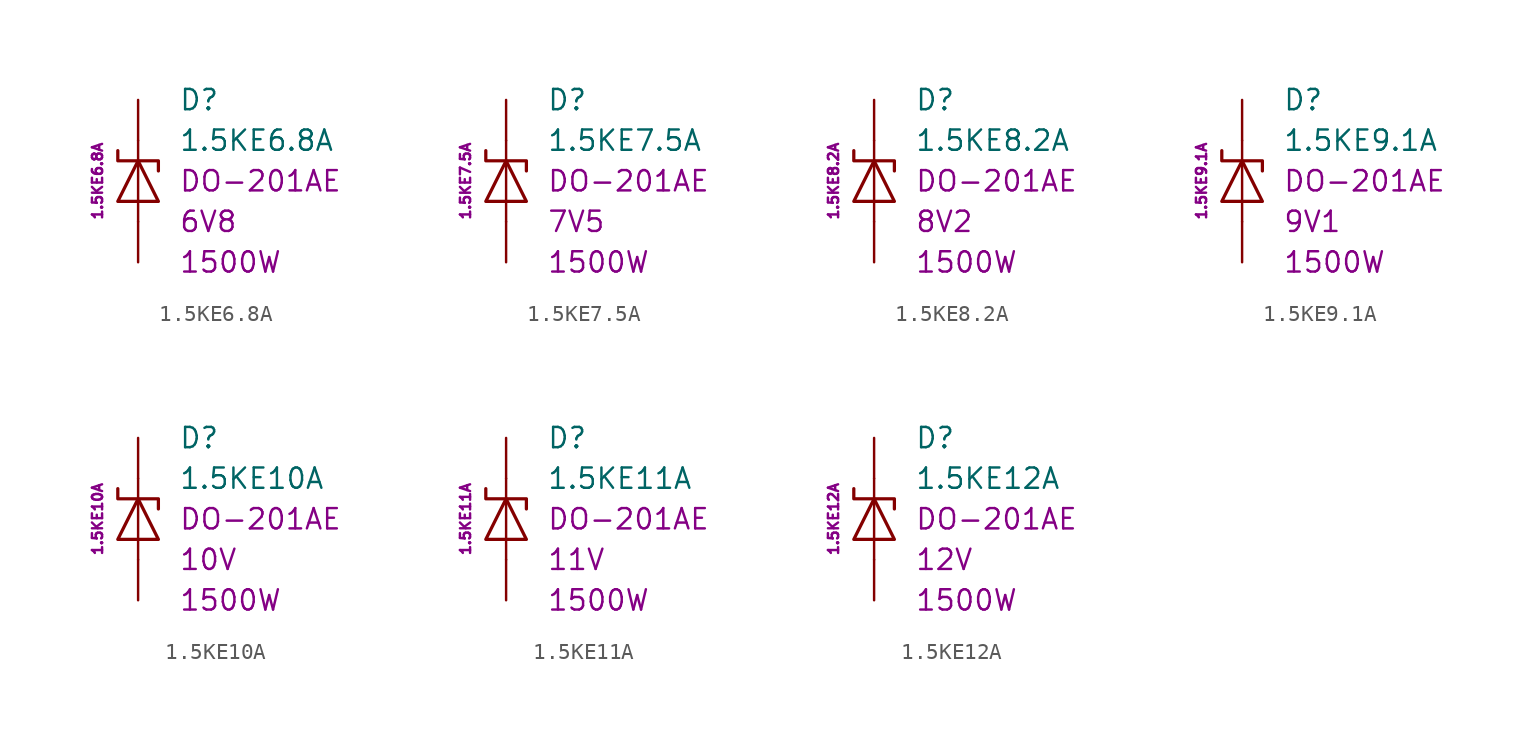
<source format=kicad_sym>
(kicad_symbol_lib
  (version 20201005)
  (generator kicad_symbol_editor)
  (symbol "1.5KE6.8A"
    (pin_numbers hide)
    (pin_names
      (offset 1.016) hide)
    (property "Reference" "D"
      (at 2.54 5.08 0)
      (effects (font (size 1.27 1.27)) (justify left)))
    (property "Value" "1.5KE6.8A"
      (at 2.54 2.54 0)
      (effects (font (size 1.27 1.27)) (justify left)))
    (property "Package" "DO-201AE"
      (at 2.54 0 0)
      (effects (font (size 1.27 1.27)) (justify left)))
    (property "Voltage" "6V8"
      (at 2.54 -2.54 0)
      (effects (font (size 1.27 1.27)) (justify left)))
    (property "PeakPulsePower" "1500W"
      (at 2.54 -5.08 0)
      (effects (font (size 1.27 1.27)) (justify left)))
    (property "MPN" "1.5KE6.8A"
      (at -2.54 0 90)
      (effects (font (size 0.635 0.635))))
    (symbol "1.5KE6.8A_0_1"
      (polyline (pts (xy 0 -2.54) (xy 0 -1.27)) (stroke (width 0)) (fill (type none)))
      (polyline (pts (xy 0 -1.27) (xy 0 1.27)) (stroke (width 0)) (fill (type none)))
      (polyline (pts (xy 0 2.54) (xy 0 1.27)) (stroke (width 0)) (fill (type none)))
      (polyline (pts (xy -1.27 -1.27) (xy 1.27 -1.27) (xy 0 1.27) (xy -1.27 -1.27)) (stroke (width 0.203)) (fill (type none)))
      (polyline (pts (xy -1.27 1.905) (xy -1.27 1.27) (xy 1.27 1.27) (xy 1.27 0.635)) (stroke (width 0.203)) (fill (type none))))
    (symbol "1.5KE6.8A_1_1"
      (pin passive line (at 0 5.08 270) (length 2.54) (name "K" (effects (font (size 1.27 1.27)))) (number "1" (effects (font (size 1.27 1.27)))))
      (pin passive line (at 0 -5.08 90) (length 2.54) (name "A" (effects (font (size 1.27 1.27)))) (number "2" (effects (font (size 1.27 1.27)))))))
  (symbol "1.5KE7.5A"
    (pin_numbers hide)
    (pin_names
      (offset 1.016) hide)
    (property "Reference" "D"
      (at 2.54 5.08 0)
      (effects (font (size 1.27 1.27)) (justify left)))
    (property "Value" "1.5KE7.5A"
      (at 2.54 2.54 0)
      (effects (font (size 1.27 1.27)) (justify left)))
    (property "Package" "DO-201AE"
      (at 2.54 0 0)
      (effects (font (size 1.27 1.27)) (justify left)))
    (property "Voltage" "7V5"
      (at 2.54 -2.54 0)
      (effects (font (size 1.27 1.27)) (justify left)))
    (property "PeakPulsePower" "1500W"
      (at 2.54 -5.08 0)
      (effects (font (size 1.27 1.27)) (justify left)))
    (property "MPN" "1.5KE7.5A"
      (at -2.54 0 90)
      (effects (font (size 0.635 0.635))))
    (symbol "1.5KE7.5A_0_1"
      (polyline (pts (xy 0 -2.54) (xy 0 -1.27)) (stroke (width 0)) (fill (type none)))
      (polyline (pts (xy 0 -1.27) (xy 0 1.27)) (stroke (width 0)) (fill (type none)))
      (polyline (pts (xy 0 2.54) (xy 0 1.27)) (stroke (width 0)) (fill (type none)))
      (polyline (pts (xy -1.27 -1.27) (xy 1.27 -1.27) (xy 0 1.27) (xy -1.27 -1.27)) (stroke (width 0.203)) (fill (type none)))
      (polyline (pts (xy -1.27 1.905) (xy -1.27 1.27) (xy 1.27 1.27) (xy 1.27 0.635)) (stroke (width 0.203)) (fill (type none))))
    (symbol "1.5KE7.5A_1_1"
      (pin passive line (at 0 5.08 270) (length 2.54) (name "K" (effects (font (size 1.27 1.27)))) (number "1" (effects (font (size 1.27 1.27)))))
      (pin passive line (at 0 -5.08 90) (length 2.54) (name "A" (effects (font (size 1.27 1.27)))) (number "2" (effects (font (size 1.27 1.27)))))))
  (symbol "1.5KE8.2A"
    (pin_numbers hide)
    (pin_names
      (offset 1.016) hide)
    (property "Reference" "D"
      (at 2.54 5.08 0)
      (effects (font (size 1.27 1.27)) (justify left)))
    (property "Value" "1.5KE8.2A"
      (at 2.54 2.54 0)
      (effects (font (size 1.27 1.27)) (justify left)))
    (property "Package" "DO-201AE"
      (at 2.54 0 0)
      (effects (font (size 1.27 1.27)) (justify left)))
    (property "Voltage" "8V2"
      (at 2.54 -2.54 0)
      (effects (font (size 1.27 1.27)) (justify left)))
    (property "PeakPulsePower" "1500W"
      (at 2.54 -5.08 0)
      (effects (font (size 1.27 1.27)) (justify left)))
    (property "MPN" "1.5KE8.2A"
      (at -2.54 0 90)
      (effects (font (size 0.635 0.635))))
    (symbol "1.5KE8.2A_0_1"
      (polyline (pts (xy 0 -2.54) (xy 0 -1.27)) (stroke (width 0)) (fill (type none)))
      (polyline (pts (xy 0 -1.27) (xy 0 1.27)) (stroke (width 0)) (fill (type none)))
      (polyline (pts (xy 0 2.54) (xy 0 1.27)) (stroke (width 0)) (fill (type none)))
      (polyline (pts (xy -1.27 -1.27) (xy 1.27 -1.27) (xy 0 1.27) (xy -1.27 -1.27)) (stroke (width 0.203)) (fill (type none)))
      (polyline (pts (xy -1.27 1.905) (xy -1.27 1.27) (xy 1.27 1.27) (xy 1.27 0.635)) (stroke (width 0.203)) (fill (type none))))
    (symbol "1.5KE8.2A_1_1"
      (pin passive line (at 0 5.08 270) (length 2.54) (name "K" (effects (font (size 1.27 1.27)))) (number "1" (effects (font (size 1.27 1.27)))))
      (pin passive line (at 0 -5.08 90) (length 2.54) (name "A" (effects (font (size 1.27 1.27)))) (number "2" (effects (font (size 1.27 1.27)))))))
  (symbol "1.5KE9.1A"
    (pin_numbers hide)
    (pin_names
      (offset 1.016) hide)
    (property "Reference" "D"
      (at 2.54 5.08 0)
      (effects (font (size 1.27 1.27)) (justify left)))
    (property "Value" "1.5KE9.1A"
      (at 2.54 2.54 0)
      (effects (font (size 1.27 1.27)) (justify left)))
    (property "Package" "DO-201AE"
      (at 2.54 0 0)
      (effects (font (size 1.27 1.27)) (justify left)))
    (property "Voltage" "9V1"
      (at 2.54 -2.54 0)
      (effects (font (size 1.27 1.27)) (justify left)))
    (property "PeakPulsePower" "1500W"
      (at 2.54 -5.08 0)
      (effects (font (size 1.27 1.27)) (justify left)))
    (property "MPN" "1.5KE9.1A"
      (at -2.54 0 90)
      (effects (font (size 0.635 0.635))))
    (symbol "1.5KE9.1A_0_1"
      (polyline (pts (xy 0 -2.54) (xy 0 -1.27)) (stroke (width 0)) (fill (type none)))
      (polyline (pts (xy 0 -1.27) (xy 0 1.27)) (stroke (width 0)) (fill (type none)))
      (polyline (pts (xy 0 2.54) (xy 0 1.27)) (stroke (width 0)) (fill (type none)))
      (polyline (pts (xy -1.27 -1.27) (xy 1.27 -1.27) (xy 0 1.27) (xy -1.27 -1.27)) (stroke (width 0.203)) (fill (type none)))
      (polyline (pts (xy -1.27 1.905) (xy -1.27 1.27) (xy 1.27 1.27) (xy 1.27 0.635)) (stroke (width 0.203)) (fill (type none))))
    (symbol "1.5KE9.1A_1_1"
      (pin passive line (at 0 5.08 270) (length 2.54) (name "K" (effects (font (size 1.27 1.27)))) (number "1" (effects (font (size 1.27 1.27)))))
      (pin passive line (at 0 -5.08 90) (length 2.54) (name "A" (effects (font (size 1.27 1.27)))) (number "2" (effects (font (size 1.27 1.27)))))))
  (symbol "1.5KE10A"
    (pin_numbers hide)
    (pin_names
      (offset 1.016) hide)
    (property "Reference" "D"
      (at 2.54 5.08 0)
      (effects (font (size 1.27 1.27)) (justify left)))
    (property "Value" "1.5KE10A"
      (at 2.54 2.54 0)
      (effects (font (size 1.27 1.27)) (justify left)))
    (property "Package" "DO-201AE"
      (at 2.54 0 0)
      (effects (font (size 1.27 1.27)) (justify left)))
    (property "Voltage" "10V"
      (at 2.54 -2.54 0)
      (effects (font (size 1.27 1.27)) (justify left)))
    (property "PeakPulsePower" "1500W"
      (at 2.54 -5.08 0)
      (effects (font (size 1.27 1.27)) (justify left)))
    (property "MPN" "1.5KE10A"
      (at -2.54 0 90)
      (effects (font (size 0.635 0.635))))
    (symbol "1.5KE10A_0_1"
      (polyline (pts (xy 0 -2.54) (xy 0 -1.27)) (stroke (width 0)) (fill (type none)))
      (polyline (pts (xy 0 -1.27) (xy 0 1.27)) (stroke (width 0)) (fill (type none)))
      (polyline (pts (xy 0 2.54) (xy 0 1.27)) (stroke (width 0)) (fill (type none)))
      (polyline (pts (xy -1.27 -1.27) (xy 1.27 -1.27) (xy 0 1.27) (xy -1.27 -1.27)) (stroke (width 0.203)) (fill (type none)))
      (polyline (pts (xy -1.27 1.905) (xy -1.27 1.27) (xy 1.27 1.27) (xy 1.27 0.635)) (stroke (width 0.203)) (fill (type none))))
    (symbol "1.5KE10A_1_1"
      (pin passive line (at 0 5.08 270) (length 2.54) (name "K" (effects (font (size 1.27 1.27)))) (number "1" (effects (font (size 1.27 1.27)))))
      (pin passive line (at 0 -5.08 90) (length 2.54) (name "A" (effects (font (size 1.27 1.27)))) (number "2" (effects (font (size 1.27 1.27)))))))
  (symbol "1.5KE11A"
    (pin_numbers hide)
    (pin_names
      (offset 1.016) hide)
    (property "Reference" "D"
      (at 2.54 5.08 0)
      (effects (font (size 1.27 1.27)) (justify left)))
    (property "Value" "1.5KE11A"
      (at 2.54 2.54 0)
      (effects (font (size 1.27 1.27)) (justify left)))
    (property "Package" "DO-201AE"
      (at 2.54 0 0)
      (effects (font (size 1.27 1.27)) (justify left)))
    (property "Voltage" "11V"
      (at 2.54 -2.54 0)
      (effects (font (size 1.27 1.27)) (justify left)))
    (property "PeakPulsePower" "1500W"
      (at 2.54 -5.08 0)
      (effects (font (size 1.27 1.27)) (justify left)))
    (property "MPN" "1.5KE11A"
      (at -2.54 0 90)
      (effects (font (size 0.635 0.635))))
    (symbol "1.5KE11A_0_1"
      (polyline (pts (xy 0 -2.54) (xy 0 -1.27)) (stroke (width 0)) (fill (type none)))
      (polyline (pts (xy 0 -1.27) (xy 0 1.27)) (stroke (width 0)) (fill (type none)))
      (polyline (pts (xy 0 2.54) (xy 0 1.27)) (stroke (width 0)) (fill (type none)))
      (polyline (pts (xy -1.27 -1.27) (xy 1.27 -1.27) (xy 0 1.27) (xy -1.27 -1.27)) (stroke (width 0.203)) (fill (type none)))
      (polyline (pts (xy -1.27 1.905) (xy -1.27 1.27) (xy 1.27 1.27) (xy 1.27 0.635)) (stroke (width 0.203)) (fill (type none))))
    (symbol "1.5KE11A_1_1"
      (pin passive line (at 0 5.08 270) (length 2.54) (name "K" (effects (font (size 1.27 1.27)))) (number "1" (effects (font (size 1.27 1.27)))))
      (pin passive line (at 0 -5.08 90) (length 2.54) (name "A" (effects (font (size 1.27 1.27)))) (number "2" (effects (font (size 1.27 1.27)))))))
  (symbol "1.5KE12A"
    (pin_numbers hide)
    (pin_names
      (offset 1.016) hide)
    (property "Reference" "D"
      (at 2.54 5.08 0)
      (effects (font (size 1.27 1.27)) (justify left)))
    (property "Value" "1.5KE12A"
      (at 2.54 2.54 0)
      (effects (font (size 1.27 1.27)) (justify left)))
    (property "Package" "DO-201AE"
      (at 2.54 0 0)
      (effects (font (size 1.27 1.27)) (justify left)))
    (property "Voltage" "12V"
      (at 2.54 -2.54 0)
      (effects (font (size 1.27 1.27)) (justify left)))
    (property "PeakPulsePower" "1500W"
      (at 2.54 -5.08 0)
      (effects (font (size 1.27 1.27)) (justify left)))
    (property "MPN" "1.5KE12A"
      (at -2.54 0 90)
      (effects (font (size 0.635 0.635))))
    (symbol "1.5KE12A_0_1"
      (polyline (pts (xy 0 -2.54) (xy 0 -1.27)) (stroke (width 0)) (fill (type none)))
      (polyline (pts (xy 0 -1.27) (xy 0 1.27)) (stroke (width 0)) (fill (type none)))
      (polyline (pts (xy 0 2.54) (xy 0 1.27)) (stroke (width 0)) (fill (type none)))
      (polyline (pts (xy -1.27 -1.27) (xy 1.27 -1.27) (xy 0 1.27) (xy -1.27 -1.27)) (stroke (width 0.203)) (fill (type none)))
      (polyline (pts (xy -1.27 1.905) (xy -1.27 1.27) (xy 1.27 1.27) (xy 1.27 0.635)) (stroke (width 0.203)) (fill (type none))))
    (symbol "1.5KE12A_1_1"
      (pin passive line (at 0 5.08 270) (length 2.54) (name "K" (effects (font (size 1.27 1.27)))) (number "1" (effects (font (size 1.27 1.27)))))
      (pin passive line (at 0 -5.08 90) (length 2.54) (name "A" (effects (font (size 1.27 1.27)))) (number "2" (effects (font (size 1.27 1.27))))))))
</source>
